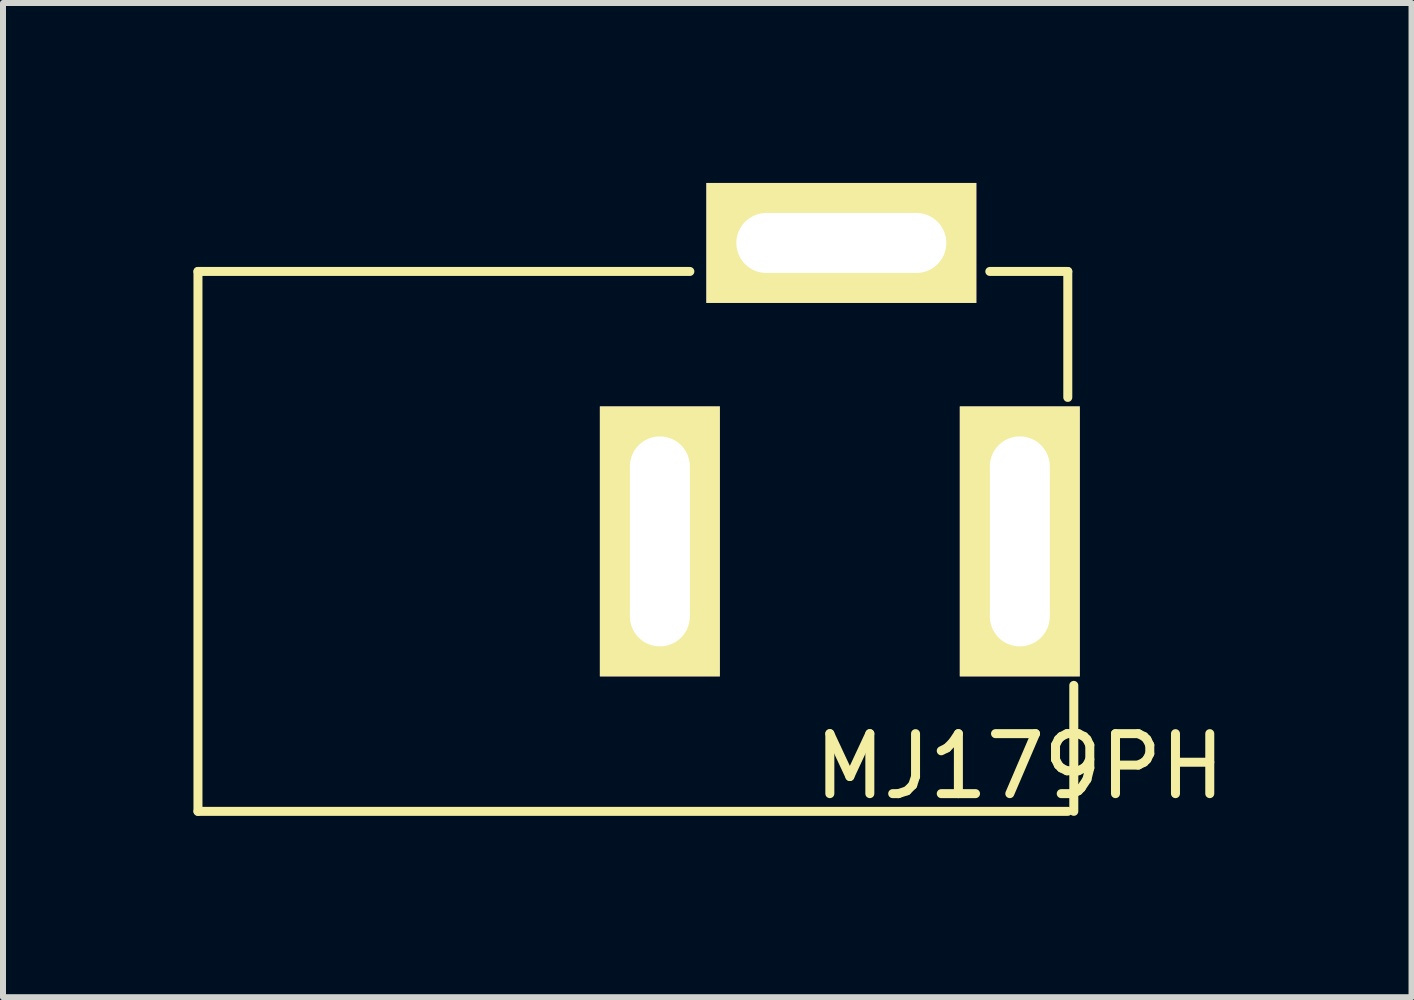
<source format=kicad_pcb>
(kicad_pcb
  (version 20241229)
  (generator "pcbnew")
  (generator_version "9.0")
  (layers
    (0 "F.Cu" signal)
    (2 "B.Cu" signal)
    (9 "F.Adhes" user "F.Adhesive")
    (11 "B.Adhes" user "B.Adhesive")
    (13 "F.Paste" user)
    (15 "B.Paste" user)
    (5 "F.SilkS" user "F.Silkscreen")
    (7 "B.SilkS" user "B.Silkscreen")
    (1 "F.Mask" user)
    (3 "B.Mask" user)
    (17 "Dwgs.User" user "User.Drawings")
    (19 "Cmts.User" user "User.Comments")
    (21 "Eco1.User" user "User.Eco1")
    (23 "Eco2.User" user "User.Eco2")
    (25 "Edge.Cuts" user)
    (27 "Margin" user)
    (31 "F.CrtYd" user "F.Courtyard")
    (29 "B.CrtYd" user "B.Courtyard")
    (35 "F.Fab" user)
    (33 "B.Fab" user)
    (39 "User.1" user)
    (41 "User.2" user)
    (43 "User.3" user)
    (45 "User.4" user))
  (footprint "MJ179PH"
    (layer "F.Cu")
    (at 0.25 5.975)
    (property "Reference" "MJ179PH" (at 13.7 3.75 0) (layer "F.SilkS") (effects (font (size 1 1) (thickness 0.15))))
    (attr through_hole)
    (fp_line (start 0 -4.5) (end 0 4.5) (stroke (width 0.15) (type solid)) (layer "F.SilkS"))
    (fp_line (start 0 -4.5) (end 8.2 -4.5) (stroke (width 0.15) (type solid)) (layer "F.SilkS"))
    (fp_line (start 0 4.5) (end 14.5 4.5) (stroke (width 0.15) (type solid)) (layer "F.SilkS"))
    (fp_line (start 14.5 -4.5) (end 13.2 -4.5) (stroke (width 0.15) (type solid)) (layer "F.SilkS"))
    (fp_line (start 14.5 -4.5) (end 14.5 -2.4) (stroke (width 0.15) (type solid)) (layer "F.SilkS"))
    (fp_line (start 14.6 4.5) (end 14.6 2.4) (stroke (width 0.15) (type solid)) (layer "F.SilkS"))
    (pad "1" thru_hole rect (at 13.7 0) (size 2 4.5) (drill oval 1 3.5) (layers "*.Cu" "*.Mask" "F.SilkS"))
    (pad "2" thru_hole rect (at 10.725 -4.975 90) (size 2 4.5) (drill oval 1 3.5) (layers "*.Cu" "*.Mask" "F.SilkS"))
    (pad "3" thru_hole rect (at 7.7 0) (size 2 4.5) (drill oval 1 3.5) (layers "*.Cu" "*.Mask" "F.SilkS")))
  (gr_rect
    (start -3 -3)
    (end 20.48 13.573)
    (stroke (width 0.1) (type default))
    (fill no)
    (layer "Edge.Cuts")))
</source>
